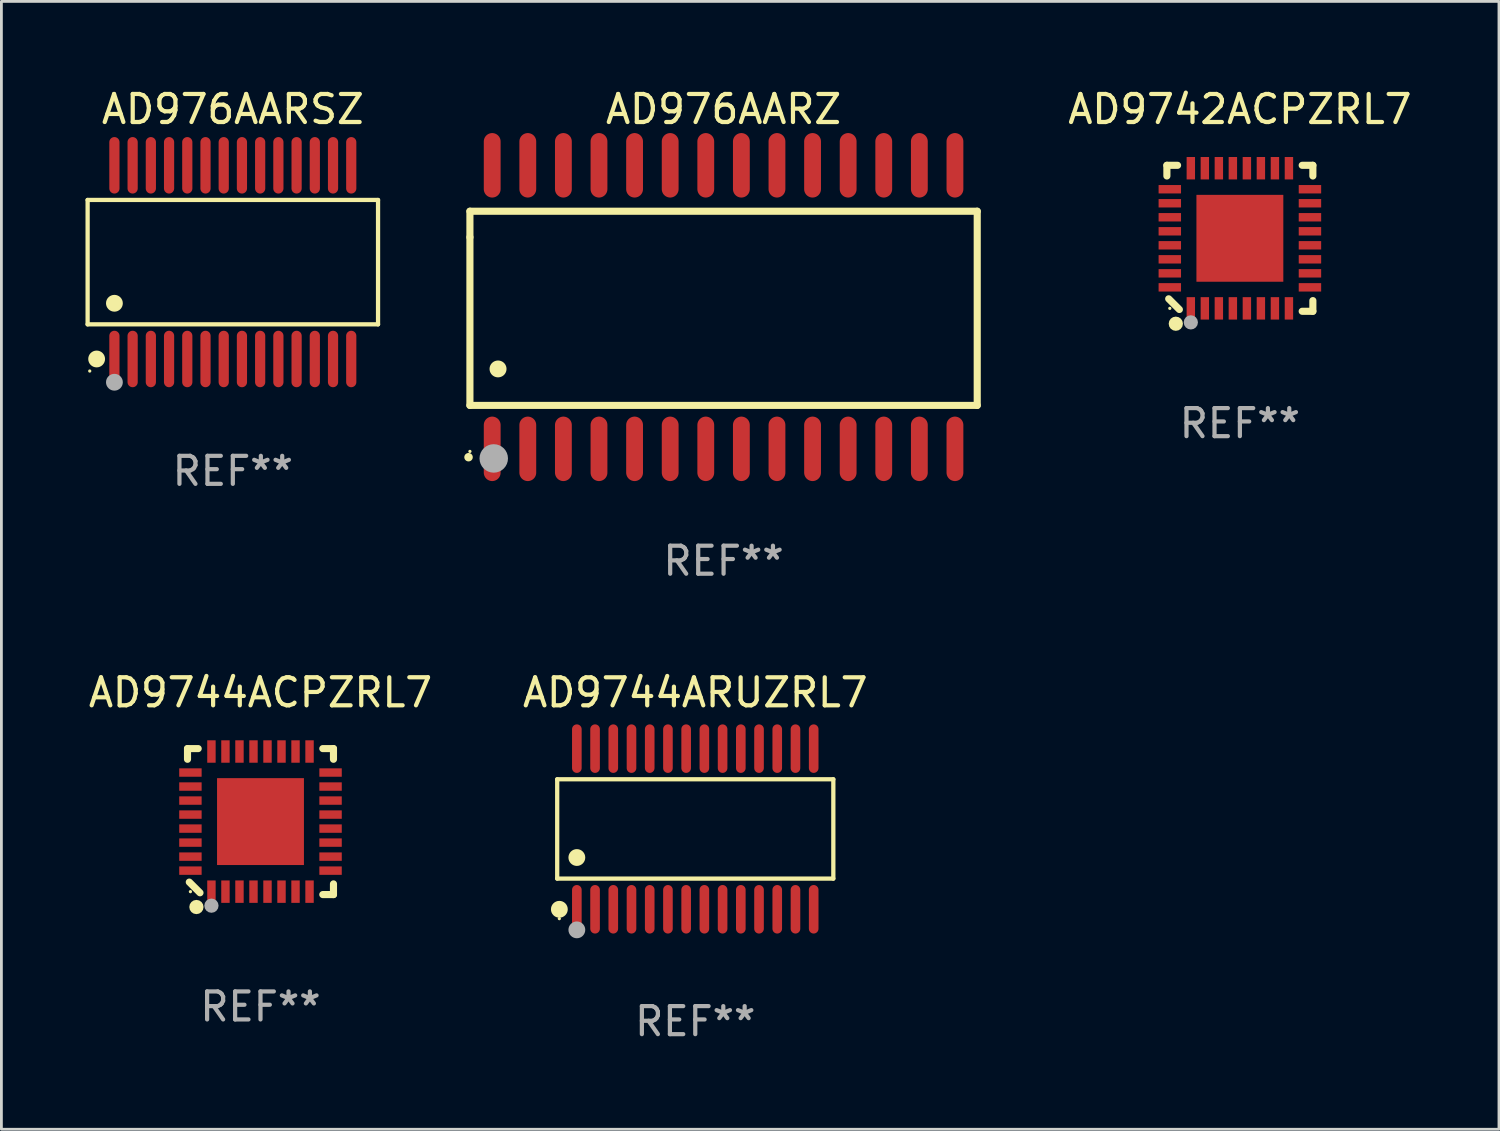
<source format=kicad_pcb>
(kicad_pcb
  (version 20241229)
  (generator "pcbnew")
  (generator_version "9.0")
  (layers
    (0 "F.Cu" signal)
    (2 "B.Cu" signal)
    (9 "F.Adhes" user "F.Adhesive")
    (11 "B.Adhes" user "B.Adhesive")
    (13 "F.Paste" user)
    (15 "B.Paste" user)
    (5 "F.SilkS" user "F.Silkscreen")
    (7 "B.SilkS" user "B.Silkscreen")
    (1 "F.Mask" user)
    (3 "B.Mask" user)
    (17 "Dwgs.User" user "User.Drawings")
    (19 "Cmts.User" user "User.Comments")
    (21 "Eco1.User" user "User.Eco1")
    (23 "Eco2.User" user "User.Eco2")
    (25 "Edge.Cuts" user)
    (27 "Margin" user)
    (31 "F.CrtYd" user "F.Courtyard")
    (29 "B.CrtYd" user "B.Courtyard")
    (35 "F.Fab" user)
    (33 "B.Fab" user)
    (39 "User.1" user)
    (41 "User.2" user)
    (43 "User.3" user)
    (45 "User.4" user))
  (footprint "AD9744ACPZRL7"
    (layer "F.Cu")
    (at 6.244 26.263)
    (property "Reference" "AD9744ACPZRL7" (at 0 -4.604 0) (layer "F.SilkS") (effects (font (size 1 1) (thickness 0.15))))
    (attr through_hole)
    (fp_line (start -2.604 -2.604) (end -2.604 -2.223) (stroke (width 0.254) (type solid)) (layer "F.SilkS"))
    (fp_line (start -2.54 2.159) (end -2.159 2.54) (stroke (width 0.254) (type solid)) (layer "F.SilkS"))
    (fp_line (start -2.223 -2.604) (end -2.604 -2.604) (stroke (width 0.254) (type solid)) (layer "F.SilkS"))
    (fp_line (start 2.223 2.604) (end 2.604 2.604) (stroke (width 0.254) (type solid)) (layer "F.SilkS"))
    (fp_line (start 2.604 -2.604) (end 2.223 -2.604) (stroke (width 0.254) (type solid)) (layer "F.SilkS"))
    (fp_line (start 2.604 -2.223) (end 2.604 -2.604) (stroke (width 0.254) (type solid)) (layer "F.SilkS"))
    (fp_line (start 2.604 2.604) (end 2.604 2.223) (stroke (width 0.254) (type solid)) (layer "F.SilkS"))
    (fp_circle (center -2.5 2.5) (end -2.47 2.5) (stroke (width 0.06) (type solid)) (fill no) (layer "F.SilkS"))
    (fp_circle (center -2.286 3.048) (end -2.159 3.048) (stroke (width 0.254) (type solid)) (fill no) (layer "F.SilkS"))
    (fp_circle (center -1.75 3) (end -1.623 3) (stroke (width 0.254) (type solid)) (fill no) (layer "F.Fab"))
    (fp_text user "REF**" (at 0 6.604 0) (layer "F.Fab") (effects (font (size 1 1) (thickness 0.15))))
    (pad "1" smd rect (at -1.75 2.5) (size 0.3 0.8) (layers "F.Cu" "F.Mask" "F.Paste"))
    (pad "2" smd rect (at -1.25 2.5) (size 0.3 0.8) (layers "F.Cu" "F.Mask" "F.Paste"))
    (pad "3" smd rect (at -0.75 2.5) (size 0.3 0.8) (layers "F.Cu" "F.Mask" "F.Paste"))
    (pad "4" smd rect (at -0.25 2.5) (size 0.3 0.8) (layers "F.Cu" "F.Mask" "F.Paste"))
    (pad "5" smd rect (at 0.25 2.5) (size 0.3 0.8) (layers "F.Cu" "F.Mask" "F.Paste"))
    (pad "6" smd rect (at 0.75 2.5) (size 0.3 0.8) (layers "F.Cu" "F.Mask" "F.Paste"))
    (pad "7" smd rect (at 1.25 2.5) (size 0.3 0.8) (layers "F.Cu" "F.Mask" "F.Paste"))
    (pad "8" smd rect (at 1.75 2.5) (size 0.3 0.8) (layers "F.Cu" "F.Mask" "F.Paste"))
    (pad "9" smd rect (at 2.5 1.75) (size 0.8 0.3) (layers "F.Cu" "F.Mask" "F.Paste"))
    (pad "10" smd rect (at 2.5 1.25) (size 0.8 0.3) (layers "F.Cu" "F.Mask" "F.Paste"))
    (pad "11" smd rect (at 2.5 0.75) (size 0.8 0.3) (layers "F.Cu" "F.Mask" "F.Paste"))
    (pad "12" smd rect (at 2.5 0.25) (size 0.8 0.3) (layers "F.Cu" "F.Mask" "F.Paste"))
    (pad "13" smd rect (at 2.5 -0.25) (size 0.8 0.3) (layers "F.Cu" "F.Mask" "F.Paste"))
    (pad "14" smd rect (at 2.5 -0.75) (size 0.8 0.3) (layers "F.Cu" "F.Mask" "F.Paste"))
    (pad "15" smd rect (at 2.5 -1.25) (size 0.8 0.3) (layers "F.Cu" "F.Mask" "F.Paste"))
    (pad "16" smd rect (at 2.5 -1.75) (size 0.8 0.3) (layers "F.Cu" "F.Mask" "F.Paste"))
    (pad "17" smd rect (at 1.75 -2.5) (size 0.3 0.8) (layers "F.Cu" "F.Mask" "F.Paste"))
    (pad "18" smd rect (at 1.25 -2.5) (size 0.3 0.8) (layers "F.Cu" "F.Mask" "F.Paste"))
    (pad "19" smd rect (at 0.75 -2.5) (size 0.3 0.8) (layers "F.Cu" "F.Mask" "F.Paste"))
    (pad "20" smd rect (at 0.25 -2.5) (size 0.3 0.8) (layers "F.Cu" "F.Mask" "F.Paste"))
    (pad "21" smd rect (at -0.25 -2.5) (size 0.3 0.8) (layers "F.Cu" "F.Mask" "F.Paste"))
    (pad "22" smd rect (at -0.75 -2.5) (size 0.3 0.8) (layers "F.Cu" "F.Mask" "F.Paste"))
    (pad "23" smd rect (at -1.25 -2.5) (size 0.3 0.8) (layers "F.Cu" "F.Mask" "F.Paste"))
    (pad "24" smd rect (at -1.75 -2.5) (size 0.3 0.8) (layers "F.Cu" "F.Mask" "F.Paste"))
    (pad "25" smd rect (at -2.5 -1.75) (size 0.8 0.3) (layers "F.Cu" "F.Mask" "F.Paste"))
    (pad "26" smd rect (at -2.5 -1.25) (size 0.8 0.3) (layers "F.Cu" "F.Mask" "F.Paste"))
    (pad "27" smd rect (at -2.5 -0.75) (size 0.8 0.3) (layers "F.Cu" "F.Mask" "F.Paste"))
    (pad "28" smd rect (at -2.5 -0.25) (size 0.8 0.3) (layers "F.Cu" "F.Mask" "F.Paste"))
    (pad "29" smd rect (at -2.5 0.25) (size 0.8 0.3) (layers "F.Cu" "F.Mask" "F.Paste"))
    (pad "30" smd rect (at -2.5 0.75) (size 0.8 0.3) (layers "F.Cu" "F.Mask" "F.Paste"))
    (pad "31" smd rect (at -2.5 1.25) (size 0.8 0.3) (layers "F.Cu" "F.Mask" "F.Paste"))
    (pad "32" smd rect (at -2.5 1.75) (size 0.8 0.3) (layers "F.Cu" "F.Mask" "F.Paste"))
    (pad "33" smd rect (at 0 -0.000025) (size 3.1 3.1) (layers "F.Cu" "F.Mask" "F.Paste")))
  (footprint "AD9742ACPZRL7"
    (layer "F.Cu")
    (at 41.187 5.452)
    (property "Reference" "AD9742ACPZRL7" (at 0 -4.604 0) (layer "F.SilkS") (effects (font (size 1 1) (thickness 0.15))))
    (attr through_hole)
    (fp_line (start -2.604 -2.604) (end -2.604 -2.223) (stroke (width 0.254) (type solid)) (layer "F.SilkS"))
    (fp_line (start -2.54 2.159) (end -2.159 2.54) (stroke (width 0.254) (type solid)) (layer "F.SilkS"))
    (fp_line (start -2.223 -2.604) (end -2.604 -2.604) (stroke (width 0.254) (type solid)) (layer "F.SilkS"))
    (fp_line (start 2.223 2.604) (end 2.604 2.604) (stroke (width 0.254) (type solid)) (layer "F.SilkS"))
    (fp_line (start 2.604 -2.604) (end 2.223 -2.604) (stroke (width 0.254) (type solid)) (layer "F.SilkS"))
    (fp_line (start 2.604 -2.223) (end 2.604 -2.604) (stroke (width 0.254) (type solid)) (layer "F.SilkS"))
    (fp_line (start 2.604 2.604) (end 2.604 2.223) (stroke (width 0.254) (type solid)) (layer "F.SilkS"))
    (fp_circle (center -2.5 2.5) (end -2.47 2.5) (stroke (width 0.06) (type solid)) (fill no) (layer "F.SilkS"))
    (fp_circle (center -2.286 3.048) (end -2.159 3.048) (stroke (width 0.254) (type solid)) (fill no) (layer "F.SilkS"))
    (fp_circle (center -1.75 3) (end -1.623 3) (stroke (width 0.254) (type solid)) (fill no) (layer "F.Fab"))
    (fp_text user "REF**" (at 0 6.604 0) (layer "F.Fab") (effects (font (size 1 1) (thickness 0.15))))
    (pad "1" smd rect (at -1.75 2.5) (size 0.3 0.8) (layers "F.Cu" "F.Mask" "F.Paste"))
    (pad "2" smd rect (at -1.25 2.5) (size 0.3 0.8) (layers "F.Cu" "F.Mask" "F.Paste"))
    (pad "3" smd rect (at -0.75 2.5) (size 0.3 0.8) (layers "F.Cu" "F.Mask" "F.Paste"))
    (pad "4" smd rect (at -0.25 2.5) (size 0.3 0.8) (layers "F.Cu" "F.Mask" "F.Paste"))
    (pad "5" smd rect (at 0.25 2.5) (size 0.3 0.8) (layers "F.Cu" "F.Mask" "F.Paste"))
    (pad "6" smd rect (at 0.75 2.5) (size 0.3 0.8) (layers "F.Cu" "F.Mask" "F.Paste"))
    (pad "7" smd rect (at 1.25 2.5) (size 0.3 0.8) (layers "F.Cu" "F.Mask" "F.Paste"))
    (pad "8" smd rect (at 1.75 2.5) (size 0.3 0.8) (layers "F.Cu" "F.Mask" "F.Paste"))
    (pad "9" smd rect (at 2.5 1.75) (size 0.8 0.3) (layers "F.Cu" "F.Mask" "F.Paste"))
    (pad "10" smd rect (at 2.5 1.25) (size 0.8 0.3) (layers "F.Cu" "F.Mask" "F.Paste"))
    (pad "11" smd rect (at 2.5 0.75) (size 0.8 0.3) (layers "F.Cu" "F.Mask" "F.Paste"))
    (pad "12" smd rect (at 2.5 0.25) (size 0.8 0.3) (layers "F.Cu" "F.Mask" "F.Paste"))
    (pad "13" smd rect (at 2.5 -0.25) (size 0.8 0.3) (layers "F.Cu" "F.Mask" "F.Paste"))
    (pad "14" smd rect (at 2.5 -0.75) (size 0.8 0.3) (layers "F.Cu" "F.Mask" "F.Paste"))
    (pad "15" smd rect (at 2.5 -1.25) (size 0.8 0.3) (layers "F.Cu" "F.Mask" "F.Paste"))
    (pad "16" smd rect (at 2.5 -1.75) (size 0.8 0.3) (layers "F.Cu" "F.Mask" "F.Paste"))
    (pad "17" smd rect (at 1.75 -2.5) (size 0.3 0.8) (layers "F.Cu" "F.Mask" "F.Paste"))
    (pad "18" smd rect (at 1.25 -2.5) (size 0.3 0.8) (layers "F.Cu" "F.Mask" "F.Paste"))
    (pad "19" smd rect (at 0.75 -2.5) (size 0.3 0.8) (layers "F.Cu" "F.Mask" "F.Paste"))
    (pad "20" smd rect (at 0.25 -2.5) (size 0.3 0.8) (layers "F.Cu" "F.Mask" "F.Paste"))
    (pad "21" smd rect (at -0.25 -2.5) (size 0.3 0.8) (layers "F.Cu" "F.Mask" "F.Paste"))
    (pad "22" smd rect (at -0.75 -2.5) (size 0.3 0.8) (layers "F.Cu" "F.Mask" "F.Paste"))
    (pad "23" smd rect (at -1.25 -2.5) (size 0.3 0.8) (layers "F.Cu" "F.Mask" "F.Paste"))
    (pad "24" smd rect (at -1.75 -2.5) (size 0.3 0.8) (layers "F.Cu" "F.Mask" "F.Paste"))
    (pad "25" smd rect (at -2.5 -1.75) (size 0.8 0.3) (layers "F.Cu" "F.Mask" "F.Paste"))
    (pad "26" smd rect (at -2.5 -1.25) (size 0.8 0.3) (layers "F.Cu" "F.Mask" "F.Paste"))
    (pad "27" smd rect (at -2.5 -0.75) (size 0.8 0.3) (layers "F.Cu" "F.Mask" "F.Paste"))
    (pad "28" smd rect (at -2.5 -0.25) (size 0.8 0.3) (layers "F.Cu" "F.Mask" "F.Paste"))
    (pad "29" smd rect (at -2.5 0.25) (size 0.8 0.3) (layers "F.Cu" "F.Mask" "F.Paste"))
    (pad "30" smd rect (at -2.5 0.75) (size 0.8 0.3) (layers "F.Cu" "F.Mask" "F.Paste"))
    (pad "31" smd rect (at -2.5 1.25) (size 0.8 0.3) (layers "F.Cu" "F.Mask" "F.Paste"))
    (pad "32" smd rect (at -2.5 1.75) (size 0.8 0.3) (layers "F.Cu" "F.Mask" "F.Paste"))
    (pad "33" smd rect (at 0 -0.000025) (size 3.1 3.1) (layers "F.Cu" "F.Mask" "F.Paste")))
  (footprint "AD976AARSZ"
    (layer "F.Cu")
    (at 5.257 6.303)
    (property "Reference" "AD976AARSZ" (at 0 -5.455 0) (layer "F.SilkS") (effects (font (size 1 1) (thickness 0.15))))
    (attr through_hole)
    (fp_line (start -5.181 -2.219) (end 5.181 -2.219) (stroke (width 0.152) (type solid)) (layer "F.SilkS"))
    (fp_line (start -5.181 2.219) (end -5.181 -2.219) (stroke (width 0.152) (type solid)) (layer "F.SilkS"))
    (fp_line (start 5.181 -2.219) (end 5.181 2.219) (stroke (width 0.152) (type solid)) (layer "F.SilkS"))
    (fp_line (start 5.181 2.219) (end -5.181 2.219) (stroke (width 0.152) (type solid)) (layer "F.SilkS"))
    (fp_circle (center -5.105 3.885) (end -5.075 3.885) (stroke (width 0.06) (type solid)) (fill no) (layer "F.SilkS"))
    (fp_circle (center -4.859 3.455) (end -4.709 3.455) (stroke (width 0.3) (type solid)) (fill no) (layer "F.SilkS"))
    (fp_circle (center -4.225 1.467) (end -4.075 1.467) (stroke (width 0.3) (type solid)) (fill no) (layer "F.SilkS"))
    (fp_circle (center -4.225 4.285) (end -4.075 4.285) (stroke (width 0.3) (type solid)) (fill no) (layer "F.Fab"))
    (fp_text user "REF**" (at 0 7.455 0) (layer "F.Fab") (effects (font (size 1 1) (thickness 0.15))))
    (pad "1" smd oval (at -4.225 3.455) (size 0.364 2.015) (layers "F.Cu" "F.Mask" "F.Paste"))
    (pad "2" smd oval (at -3.575 3.455) (size 0.364 2.015) (layers "F.Cu" "F.Mask" "F.Paste"))
    (pad "3" smd oval (at -2.925 3.455) (size 0.364 2.015) (layers "F.Cu" "F.Mask" "F.Paste"))
    (pad "4" smd oval (at -2.275 3.455) (size 0.364 2.015) (layers "F.Cu" "F.Mask" "F.Paste"))
    (pad "5" smd oval (at -1.625 3.455) (size 0.364 2.015) (layers "F.Cu" "F.Mask" "F.Paste"))
    (pad "6" smd oval (at -0.975 3.455) (size 0.364 2.015) (layers "F.Cu" "F.Mask" "F.Paste"))
    (pad "7" smd oval (at -0.325 3.455) (size 0.364 2.015) (layers "F.Cu" "F.Mask" "F.Paste"))
    (pad "8" smd oval (at 0.325 3.455) (size 0.364 2.015) (layers "F.Cu" "F.Mask" "F.Paste"))
    (pad "9" smd oval (at 0.975 3.455) (size 0.364 2.015) (layers "F.Cu" "F.Mask" "F.Paste"))
    (pad "10" smd oval (at 1.625 3.455) (size 0.364 2.015) (layers "F.Cu" "F.Mask" "F.Paste"))
    (pad "11" smd oval (at 2.275 3.455) (size 0.364 2.015) (layers "F.Cu" "F.Mask" "F.Paste"))
    (pad "12" smd oval (at 2.925 3.455) (size 0.364 2.015) (layers "F.Cu" "F.Mask" "F.Paste"))
    (pad "13" smd oval (at 3.575 3.455) (size 0.364 2.015) (layers "F.Cu" "F.Mask" "F.Paste"))
    (pad "14" smd oval (at 4.225 3.455) (size 0.364 2.015) (layers "F.Cu" "F.Mask" "F.Paste"))
    (pad "15" smd oval (at 4.225 -3.455) (size 0.364 2.015) (layers "F.Cu" "F.Mask" "F.Paste"))
    (pad "16" smd oval (at 3.575 -3.455) (size 0.364 2.015) (layers "F.Cu" "F.Mask" "F.Paste"))
    (pad "17" smd oval (at 2.925 -3.455) (size 0.364 2.015) (layers "F.Cu" "F.Mask" "F.Paste"))
    (pad "18" smd oval (at 2.275 -3.455) (size 0.364 2.015) (layers "F.Cu" "F.Mask" "F.Paste"))
    (pad "19" smd oval (at 1.625 -3.455) (size 0.364 2.015) (layers "F.Cu" "F.Mask" "F.Paste"))
    (pad "20" smd oval (at 0.975 -3.455) (size 0.364 2.015) (layers "F.Cu" "F.Mask" "F.Paste"))
    (pad "21" smd oval (at 0.325 -3.455) (size 0.364 2.015) (layers "F.Cu" "F.Mask" "F.Paste"))
    (pad "22" smd oval (at -0.325 -3.455) (size 0.364 2.015) (layers "F.Cu" "F.Mask" "F.Paste"))
    (pad "23" smd oval (at -0.975 -3.455) (size 0.364 2.015) (layers "F.Cu" "F.Mask" "F.Paste"))
    (pad "24" smd oval (at -1.625 -3.455) (size 0.364 2.015) (layers "F.Cu" "F.Mask" "F.Paste"))
    (pad "25" smd oval (at -2.275 -3.455) (size 0.364 2.015) (layers "F.Cu" "F.Mask" "F.Paste"))
    (pad "26" smd oval (at -2.925 -3.455) (size 0.364 2.015) (layers "F.Cu" "F.Mask" "F.Paste"))
    (pad "27" smd oval (at -3.575 -3.455) (size 0.364 2.015) (layers "F.Cu" "F.Mask" "F.Paste"))
    (pad "28" smd oval (at -4.225 -3.455) (size 0.364 2.015) (layers "F.Cu" "F.Mask" "F.Paste")))
  (footprint "AD9744ARUZRL7"
    (layer "F.Cu")
    (at 21.756 26.526)
    (property "Reference" "AD9744ARUZRL7" (at 0 -4.866 0) (layer "F.SilkS") (effects (font (size 1 1) (thickness 0.15))))
    (attr through_hole)
    (fp_line (start -4.926 -1.772) (end 4.926 -1.772) (stroke (width 0.152) (type solid)) (layer "F.SilkS"))
    (fp_line (start -4.926 1.771) (end -4.926 -1.772) (stroke (width 0.152) (type solid)) (layer "F.SilkS"))
    (fp_line (start 4.926 -1.772) (end 4.926 1.771) (stroke (width 0.152) (type solid)) (layer "F.SilkS"))
    (fp_line (start 4.926 1.771) (end -4.926 1.771) (stroke (width 0.152) (type solid)) (layer "F.SilkS"))
    (fp_circle (center -4.85 3.2) (end -4.82 3.2) (stroke (width 0.06) (type solid)) (fill no) (layer "F.SilkS"))
    (fp_circle (center -4.849 2.866) (end -4.699 2.866) (stroke (width 0.3) (type solid)) (fill no) (layer "F.SilkS"))
    (fp_circle (center -4.225 1.019) (end -4.075 1.019) (stroke (width 0.3) (type solid)) (fill no) (layer "F.SilkS"))
    (fp_circle (center -4.225 3.6) (end -4.075 3.6) (stroke (width 0.3) (type solid)) (fill no) (layer "F.Fab"))
    (fp_text user "REF**" (at 0 6.866 0) (layer "F.Fab") (effects (font (size 1 1) (thickness 0.15))))
    (pad "1" smd oval (at -4.225 2.866) (size 0.343 1.731) (layers "F.Cu" "F.Mask" "F.Paste"))
    (pad "2" smd oval (at -3.575 2.866) (size 0.343 1.731) (layers "F.Cu" "F.Mask" "F.Paste"))
    (pad "3" smd oval (at -2.925 2.866) (size 0.343 1.731) (layers "F.Cu" "F.Mask" "F.Paste"))
    (pad "4" smd oval (at -2.275 2.866) (size 0.343 1.731) (layers "F.Cu" "F.Mask" "F.Paste"))
    (pad "5" smd oval (at -1.625 2.866) (size 0.343 1.731) (layers "F.Cu" "F.Mask" "F.Paste"))
    (pad "6" smd oval (at -0.975 2.866) (size 0.343 1.731) (layers "F.Cu" "F.Mask" "F.Paste"))
    (pad "7" smd oval (at -0.325 2.866) (size 0.343 1.731) (layers "F.Cu" "F.Mask" "F.Paste"))
    (pad "8" smd oval (at 0.325 2.866) (size 0.343 1.731) (layers "F.Cu" "F.Mask" "F.Paste"))
    (pad "9" smd oval (at 0.975 2.866) (size 0.343 1.731) (layers "F.Cu" "F.Mask" "F.Paste"))
    (pad "10" smd oval (at 1.625 2.866) (size 0.343 1.731) (layers "F.Cu" "F.Mask" "F.Paste"))
    (pad "11" smd oval (at 2.275 2.866) (size 0.343 1.731) (layers "F.Cu" "F.Mask" "F.Paste"))
    (pad "12" smd oval (at 2.925 2.866) (size 0.343 1.731) (layers "F.Cu" "F.Mask" "F.Paste"))
    (pad "13" smd oval (at 3.575 2.866) (size 0.343 1.731) (layers "F.Cu" "F.Mask" "F.Paste"))
    (pad "14" smd oval (at 4.225 2.866) (size 0.343 1.731) (layers "F.Cu" "F.Mask" "F.Paste"))
    (pad "15" smd oval (at 4.225 -2.866) (size 0.343 1.731) (layers "F.Cu" "F.Mask" "F.Paste"))
    (pad "16" smd oval (at 3.575 -2.866) (size 0.343 1.731) (layers "F.Cu" "F.Mask" "F.Paste"))
    (pad "17" smd oval (at 2.925 -2.866) (size 0.343 1.731) (layers "F.Cu" "F.Mask" "F.Paste"))
    (pad "18" smd oval (at 2.275 -2.866) (size 0.343 1.731) (layers "F.Cu" "F.Mask" "F.Paste"))
    (pad "19" smd oval (at 1.625 -2.866) (size 0.343 1.731) (layers "F.Cu" "F.Mask" "F.Paste"))
    (pad "20" smd oval (at 0.975 -2.866) (size 0.343 1.731) (layers "F.Cu" "F.Mask" "F.Paste"))
    (pad "21" smd oval (at 0.325 -2.866) (size 0.343 1.731) (layers "F.Cu" "F.Mask" "F.Paste"))
    (pad "22" smd oval (at -0.325 -2.866) (size 0.343 1.731) (layers "F.Cu" "F.Mask" "F.Paste"))
    (pad "23" smd oval (at -0.975 -2.866) (size 0.343 1.731) (layers "F.Cu" "F.Mask" "F.Paste"))
    (pad "24" smd oval (at -1.625 -2.866) (size 0.343 1.731) (layers "F.Cu" "F.Mask" "F.Paste"))
    (pad "25" smd oval (at -2.275 -2.866) (size 0.343 1.731) (layers "F.Cu" "F.Mask" "F.Paste"))
    (pad "26" smd oval (at -2.925 -2.866) (size 0.343 1.731) (layers "F.Cu" "F.Mask" "F.Paste"))
    (pad "27" smd oval (at -3.575 -2.866) (size 0.343 1.731) (layers "F.Cu" "F.Mask" "F.Paste"))
    (pad "28" smd oval (at -4.225 -2.866) (size 0.343 1.731) (layers "F.Cu" "F.Mask" "F.Paste")))
  (footprint "AD976AARZ"
    (layer "F.Cu")
    (at 22.766 7.906)
    (property "Reference" "AD976AARZ" (at 0 -7.058 0) (layer "F.SilkS") (effects (font (size 1 1) (thickness 0.15))))
    (attr through_hole)
    (fp_line (start -9.05 -3.42) (end 9.05 -3.42) (stroke (width 0.254) (type solid)) (layer "F.SilkS"))
    (fp_line (start -9.05 -2.492) (end -9.05 -3.42) (stroke (width 0.254) (type solid)) (layer "F.SilkS"))
    (fp_line (start -9.05 3.508) (end -9.05 -2.492) (stroke (width 0.254) (type solid)) (layer "F.SilkS"))
    (fp_line (start 9.05 -3.42) (end 9.05 3.508) (stroke (width 0.254) (type solid)) (layer "F.SilkS"))
    (fp_line (start 9.05 3.508) (end -9.05 3.508) (stroke (width 0.254) (type solid)) (layer "F.SilkS"))
    (fp_arc (start -9.100838 5.35649) (mid -9.099568 5.356485) (end -9.098298 5.35649) (stroke (width 0.3) (type solid)) (layer "F.SilkS"))
    (fp_arc (start -8.049276 2.206883) (mid -8.046736 2.206872) (end -8.044196 2.206883) (stroke (width 0.6) (type solid)) (layer "F.SilkS"))
    (fp_circle (center -9.05 5.15) (end -9.02 5.15) (stroke (width 0.06) (type solid)) (fill no) (layer "F.SilkS"))
    (fp_circle (center -8.2 5.4) (end -7.946 5.4) (stroke (width 0.508) (type solid)) (fill no) (layer "F.Fab"))
    (fp_text user "REF**" (at 0 9.058 0) (layer "F.Fab") (effects (font (size 1 1) (thickness 0.15))))
    (pad "1" smd oval (at -8.255 5.058 180) (size 0.6 2.3) (layers "F.Cu" "F.Mask" "F.Paste"))
    (pad "2" smd oval (at -6.985 5.058 180) (size 0.6 2.3) (layers "F.Cu" "F.Mask" "F.Paste"))
    (pad "3" smd oval (at -5.715 5.058 180) (size 0.6 2.3) (layers "F.Cu" "F.Mask" "F.Paste"))
    (pad "4" smd oval (at -4.445 5.058 180) (size 0.6 2.3) (layers "F.Cu" "F.Mask" "F.Paste"))
    (pad "5" smd oval (at -3.175 5.058 180) (size 0.6 2.3) (layers "F.Cu" "F.Mask" "F.Paste"))
    (pad "6" smd oval (at -1.905 5.058 180) (size 0.6 2.3) (layers "F.Cu" "F.Mask" "F.Paste"))
    (pad "7" smd oval (at -0.635 5.058 180) (size 0.6 2.3) (layers "F.Cu" "F.Mask" "F.Paste"))
    (pad "8" smd oval (at 0.635 5.058 180) (size 0.6 2.3) (layers "F.Cu" "F.Mask" "F.Paste"))
    (pad "9" smd oval (at 1.905 5.058 180) (size 0.6 2.3) (layers "F.Cu" "F.Mask" "F.Paste"))
    (pad "10" smd oval (at 3.175 5.058 180) (size 0.6 2.3) (layers "F.Cu" "F.Mask" "F.Paste"))
    (pad "11" smd oval (at 4.445 5.058 180) (size 0.6 2.3) (layers "F.Cu" "F.Mask" "F.Paste"))
    (pad "12" smd oval (at 5.715 5.058 180) (size 0.6 2.3) (layers "F.Cu" "F.Mask" "F.Paste"))
    (pad "13" smd oval (at 6.985 5.058 180) (size 0.6 2.3) (layers "F.Cu" "F.Mask" "F.Paste"))
    (pad "14" smd oval (at 8.255 5.058 180) (size 0.6 2.3) (layers "F.Cu" "F.Mask" "F.Paste"))
    (pad "15" smd oval (at 8.255 -5.058 180) (size 0.6 2.3) (layers "F.Cu" "F.Mask" "F.Paste"))
    (pad "16" smd oval (at 6.985 -5.058 180) (size 0.6 2.3) (layers "F.Cu" "F.Mask" "F.Paste"))
    (pad "17" smd oval (at 5.715 -5.058 180) (size 0.6 2.3) (layers "F.Cu" "F.Mask" "F.Paste"))
    (pad "18" smd oval (at 4.445 -5.058 180) (size 0.6 2.3) (layers "F.Cu" "F.Mask" "F.Paste"))
    (pad "19" smd oval (at 3.175 -5.058 180) (size 0.6 2.3) (layers "F.Cu" "F.Mask" "F.Paste"))
    (pad "20" smd oval (at 1.905 -5.058 180) (size 0.6 2.3) (layers "F.Cu" "F.Mask" "F.Paste"))
    (pad "21" smd oval (at 0.635 -5.058 180) (size 0.6 2.3) (layers "F.Cu" "F.Mask" "F.Paste"))
    (pad "22" smd oval (at -0.635 -5.058 180) (size 0.6 2.3) (layers "F.Cu" "F.Mask" "F.Paste"))
    (pad "23" smd oval (at -1.905 -5.058 180) (size 0.6 2.3) (layers "F.Cu" "F.Mask" "F.Paste"))
    (pad "24" smd oval (at -3.175 -5.058 180) (size 0.6 2.3) (layers "F.Cu" "F.Mask" "F.Paste"))
    (pad "25" smd oval (at -4.445 -5.058 180) (size 0.6 2.3) (layers "F.Cu" "F.Mask" "F.Paste"))
    (pad "26" smd oval (at -5.715 -5.058 180) (size 0.6 2.3) (layers "F.Cu" "F.Mask" "F.Paste"))
    (pad "27" smd oval (at -6.985 -5.058 180) (size 0.6 2.3) (layers "F.Cu" "F.Mask" "F.Paste"))
    (pad "28" smd oval (at -8.255 -5.058 180) (size 0.6 2.3) (layers "F.Cu" "F.Mask" "F.Paste")))
  (gr_rect
    (start -3 -3)
    (end 50.431 37.24)
    (stroke (width 0.1) (type default))
    (fill no)
    (layer "Edge.Cuts")))
</source>
